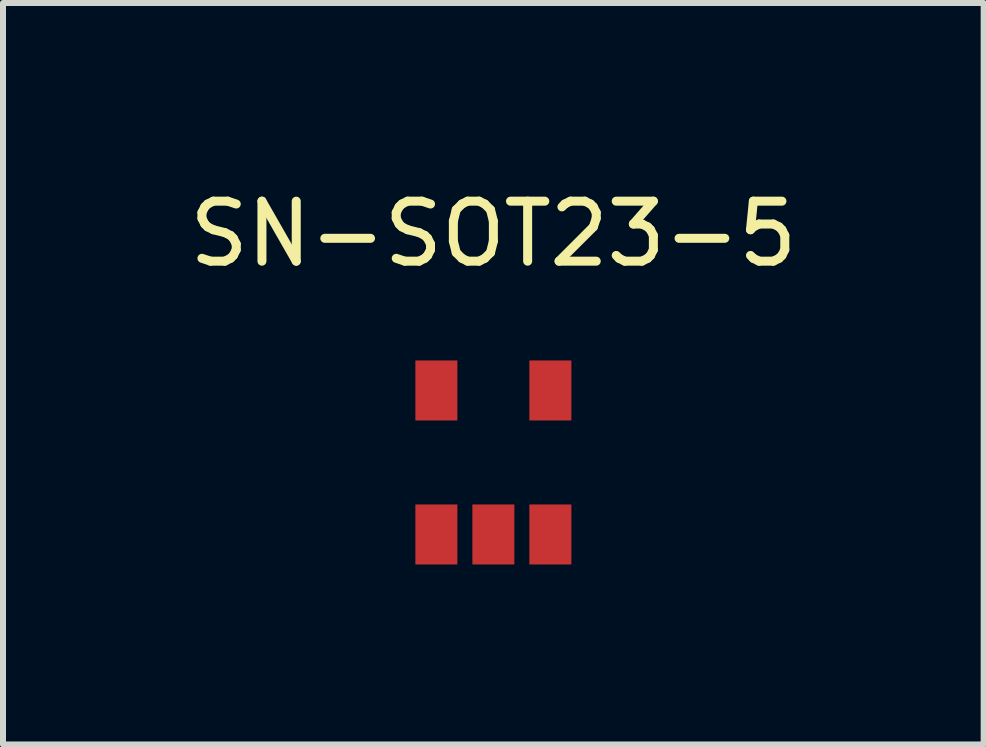
<source format=kicad_pcb>
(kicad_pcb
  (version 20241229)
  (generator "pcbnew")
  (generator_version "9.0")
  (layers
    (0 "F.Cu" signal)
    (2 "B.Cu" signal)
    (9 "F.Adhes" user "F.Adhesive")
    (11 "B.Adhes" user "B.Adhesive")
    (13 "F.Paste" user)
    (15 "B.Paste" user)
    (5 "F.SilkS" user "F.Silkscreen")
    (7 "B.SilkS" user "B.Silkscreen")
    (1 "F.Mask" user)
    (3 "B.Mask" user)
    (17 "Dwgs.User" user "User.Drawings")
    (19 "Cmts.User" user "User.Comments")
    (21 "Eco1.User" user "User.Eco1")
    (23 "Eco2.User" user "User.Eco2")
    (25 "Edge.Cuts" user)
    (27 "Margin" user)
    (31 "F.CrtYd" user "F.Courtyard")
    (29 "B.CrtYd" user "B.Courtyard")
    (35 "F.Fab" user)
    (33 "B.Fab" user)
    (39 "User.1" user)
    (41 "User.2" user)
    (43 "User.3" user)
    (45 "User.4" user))
  (footprint "SN-SOT23-5"
    (layer "F.Cu")
    (at 5.173 4.658)
    (property "Reference" "SN-SOT23-5" (at 0 -3.81 0) (layer "F.SilkS") (effects (font (size 1 1) (thickness 0.15))))
    (attr through_hole)
    (pad "1" smd rect (at -0.95 1.2) (size 0.7 1) (layers "F.Cu" "F.Mask" "F.Paste"))
    (pad "2" smd rect (at 0 1.2) (size 0.7 1) (layers "F.Cu" "F.Mask" "F.Paste"))
    (pad "3" smd rect (at 0.95 1.2) (size 0.7 1) (layers "F.Cu" "F.Mask" "F.Paste"))
    (pad "4" smd rect (at 0.95 -1.2) (size 0.7 1) (layers "F.Cu" "F.Mask" "F.Paste"))
    (pad "5" smd rect (at -0.95 -1.2) (size 0.7 1) (layers "F.Cu" "F.Mask" "F.Paste")))
  (gr_rect
    (start -3 -3)
    (end 13.345 9.358)
    (stroke (width 0.1) (type default))
    (fill no)
    (layer "Edge.Cuts")))
</source>
